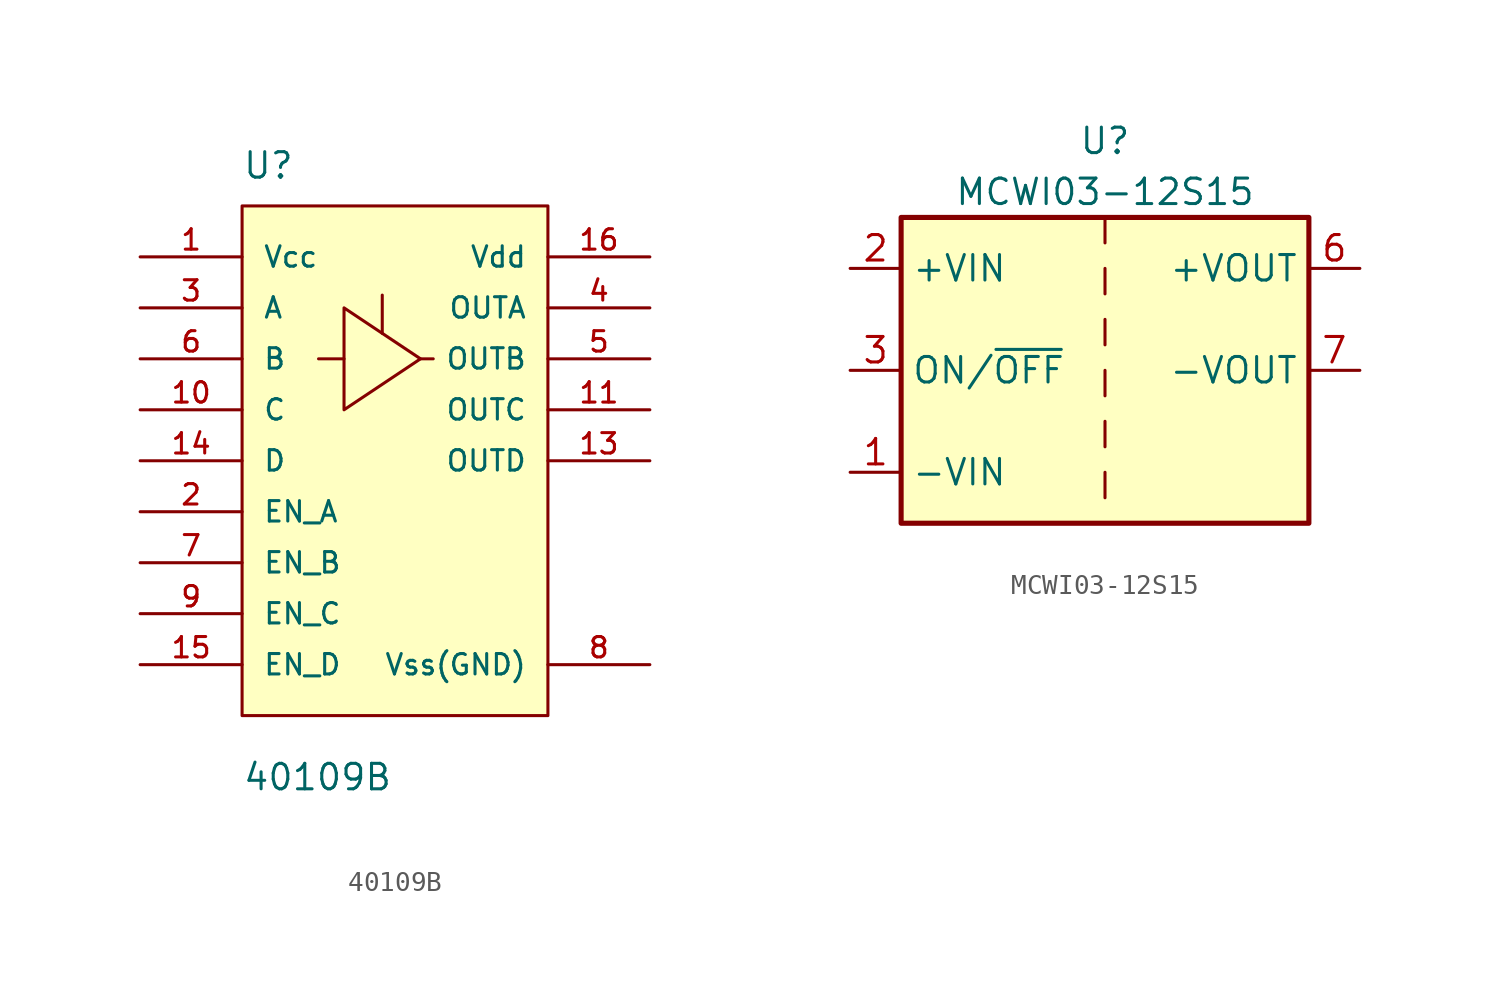
<source format=kicad_sym>
(kicad_symbol_lib
  (version 20220914)
  (generator kicad_symbol_editor)
  (symbol "40109B"
    (pin_names
      (offset 1.016))
    (property "Reference" "U"
      (at -7.62 13.97 0)
      (effects (font (size 1.27 1.27)) (justify left bottom)))
    (property "Value" "40109B"
      (at -7.62 -16.51 0)
      (effects (font (size 1.27 1.27)) (justify left bottom)))
    (symbol "40109B_0_0"
      (pin input line (at -12.7 -10.16 0) (length 5.08) (name "EN_D" (effects (font (size 1.016 1.016)))) (number "15" (effects (font (size 1.016 1.016)))))
      (pin input line (at -12.7 -2.54 0) (length 5.08) (name "EN_A" (effects (font (size 1.016 1.016)))) (number "2" (effects (font (size 1.016 1.016)))))
      (pin input line (at -12.7 -5.08 0) (length 5.08) (name "EN_B" (effects (font (size 1.016 1.016)))) (number "7" (effects (font (size 1.016 1.016)))))
      (pin input line (at -12.7 -7.62 0) (length 5.08) (name "EN_C" (effects (font (size 1.016 1.016)))) (number "9" (effects (font (size 1.016 1.016))))))
    (symbol "40109B_0_1"
      (polyline (pts (xy -2.54 5.08) (xy -3.81 5.08)) (stroke (width 0) (type default)) (fill (type none)))
      (polyline (pts (xy -0.635 6.35) (xy -0.635 8.255)) (stroke (width 0) (type default)) (fill (type none)))
      (polyline (pts (xy 1.27 5.08) (xy 1.905 5.08)) (stroke (width 0) (type default)) (fill (type none)))
      (polyline (pts (xy -2.54 7.62) (xy -2.54 2.54) (xy 1.27 5.08) (xy -2.54 7.62)) (stroke (width 0) (type default)) (fill (type none))))
    (symbol "40109B_1_0"
      (rectangle (start -7.62 12.7) (end 7.62 -12.7) (stroke (width 0) (type default)) (fill (type background)))
      (pin power_in line (at -12.7 10.16 0) (length 5.08) (name "Vcc" (effects (font (size 1.016 1.016)))) (number "1" (effects (font (size 1.016 1.016)))))
      (pin input line (at -12.7 2.54 0) (length 5.08) (name "C" (effects (font (size 1.016 1.016)))) (number "10" (effects (font (size 1.016 1.016)))))
      (pin output line (at 12.7 2.54 180) (length 5.08) (name "OUTC" (effects (font (size 1.016 1.016)))) (number "11" (effects (font (size 1.016 1.016)))))
      (pin no_connect line (at 12.7 -5.715 180) (length 5.08) hide (name "NC" (effects (font (size 1.016 1.016)))) (number "12" (effects (font (size 1.016 1.016)))))
      (pin output line (at 12.7 0 180) (length 5.08) (name "OUTD" (effects (font (size 1.016 1.016)))) (number "13" (effects (font (size 1.016 1.016)))))
      (pin input line (at -12.7 0 0) (length 5.08) (name "D" (effects (font (size 1.016 1.016)))) (number "14" (effects (font (size 1.016 1.016)))))
      (pin power_in line (at 12.7 10.16 180) (length 5.08) (name "Vdd" (effects (font (size 1.016 1.016)))) (number "16" (effects (font (size 1.016 1.016)))))
      (pin input line (at -12.7 7.62 0) (length 5.08) (name "A" (effects (font (size 1.016 1.016)))) (number "3" (effects (font (size 1.016 1.016)))))
      (pin output line (at 12.7 7.62 180) (length 5.08) (name "OUTA" (effects (font (size 1.016 1.016)))) (number "4" (effects (font (size 1.016 1.016)))))
      (pin output line (at 12.7 5.08 180) (length 5.08) (name "OUTB" (effects (font (size 1.016 1.016)))) (number "5" (effects (font (size 1.016 1.016)))))
      (pin input line (at -12.7 5.08 0) (length 5.08) (name "B" (effects (font (size 1.016 1.016)))) (number "6" (effects (font (size 1.016 1.016)))))
      (pin power_in line (at 12.7 -10.16 180) (length 5.08) (name "Vss(GND)" (effects (font (size 1.016 1.016)))) (number "8" (effects (font (size 1.016 1.016)))))))
  (symbol "MCWI03-12S15"
    (property "Reference" "U"
      (at 0 11.43 0)
      (effects (font (size 1.27 1.27))))
    (property "Value" "MCWI03-12S15"
      (at 0 8.89 0)
      (effects (font (size 1.27 1.27))))
    (symbol "MCWI03-12S15_0_1"
      (rectangle (start -10.16 7.62) (end 10.16 -7.62) (stroke (width 0.254) (type default)) (fill (type background)))
      (polyline (pts (xy 0 -5.08) (xy 0 -6.35)) (stroke (width 0) (type default)) (fill (type none)))
      (polyline (pts (xy 0 -2.54) (xy 0 -3.81)) (stroke (width 0) (type default)) (fill (type none)))
      (polyline (pts (xy 0 0) (xy 0 -1.27)) (stroke (width 0) (type default)) (fill (type none)))
      (polyline (pts (xy 0 2.54) (xy 0 1.27)) (stroke (width 0) (type default)) (fill (type none)))
      (polyline (pts (xy 0 5.08) (xy 0 3.81)) (stroke (width 0) (type default)) (fill (type none)))
      (polyline (pts (xy 0 7.62) (xy 0 6.35)) (stroke (width 0) (type default)) (fill (type none))))
    (symbol "MCWI03-12S15_1_1"
      (pin power_in line (at -12.7 -5.08 0) (length 2.54) (name "-VIN" (effects (font (size 1.27 1.27)))) (number "1" (effects (font (size 1.27 1.27)))))
      (pin power_in line (at -12.7 5.08 0) (length 2.54) (name "+VIN" (effects (font (size 1.27 1.27)))) (number "2" (effects (font (size 1.27 1.27)))))
      (pin input line (at -12.7 0 0) (length 2.54) (name "ON/~{OFF}" (effects (font (size 1.27 1.27)))) (number "3" (effects (font (size 1.27 1.27)))))
      (pin no_connect line (at 10.16 -2.54 180) (length 2.54) hide (name "NC" (effects (font (size 1.27 1.27)))) (number "5" (effects (font (size 1.27 1.27)))))
      (pin power_out line (at 12.7 5.08 180) (length 2.54) (name "+VOUT" (effects (font (size 1.27 1.27)))) (number "6" (effects (font (size 1.27 1.27)))))
      (pin power_out line (at 12.7 0 180) (length 2.54) (name "-VOUT" (effects (font (size 1.27 1.27)))) (number "7" (effects (font (size 1.27 1.27)))))
      (pin no_connect line (at 10.16 -5.08 180) (length 2.54) hide (name "NC" (effects (font (size 1.27 1.27)))) (number "8" (effects (font (size 1.27 1.27))))))))
</source>
